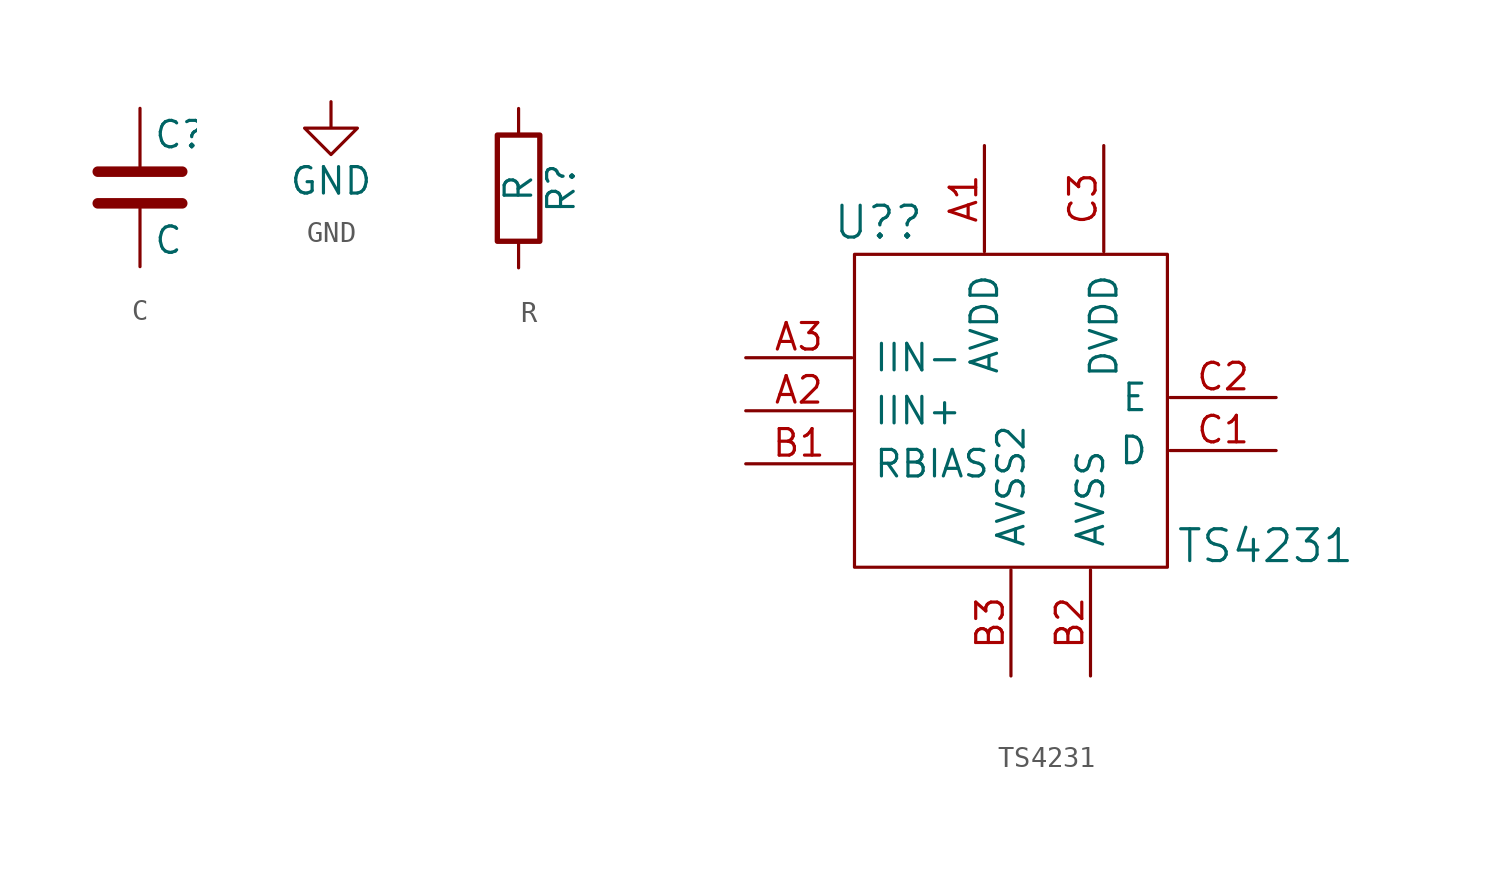
<source format=kicad_sym>
(kicad_symbol_lib
  (version 20211014)
  (generator kicad_symbol_editor)
  (symbol "C"
    (pin_numbers hide)
    (pin_names
      (offset 0.254))
    (property "Reference" "C"
      (at 0.635 2.54 0)
      (effects (font (size 1.27 1.27)) (justify left)))
    (property "Value" "C"
      (at 0.635 -2.54 0)
      (effects (font (size 1.27 1.27)) (justify left)))
    (property "Footprint" ""
      (at 0.965 -3.81 0)
      (effects (font (size 1.27 1.27))))
    (property "Datasheet" ""
      (at 0 0 0)
      (effects (font (size 1.27 1.27))))
    (symbol "C_0_1"
      (polyline (pts (xy -2.032 -0.762) (xy 2.032 -0.762)) (stroke (width 0.508) (type default) (color 0 0 0 0)) (fill (type none)))
      (polyline (pts (xy -2.032 0.762) (xy 2.032 0.762)) (stroke (width 0.508) (type default) (color 0 0 0 0)) (fill (type none))))
    (symbol "C_1_1"
      (pin passive line (at 0 3.81 270) (length 2.794) (name "~" (effects (font (size 1.016 1.016)))) (number "1" (effects (font (size 1.016 1.016)))))
      (pin passive line (at 0 -3.81 90) (length 2.794) (name "~" (effects (font (size 1.016 1.016)))) (number "2" (effects (font (size 1.016 1.016)))))))
  (symbol "GND"
    (power)
    (pin_names
      (offset 0))
    (property "Reference" "#PWR"
      (at 0 -6.35 0)
      (effects (font (size 1.27 1.27)) hide))
    (property "Value" "GND"
      (at 0 -3.81 0)
      (effects (font (size 1.27 1.27))))
    (property "Footprint" ""
      (at 0 0 0)
      (effects (font (size 1.27 1.27))))
    (property "Datasheet" ""
      (at 0 0 0)
      (effects (font (size 1.27 1.27))))
    (symbol "GND_0_1"
      (polyline (pts (xy 0 0) (xy 0 -1.27) (xy 1.27 -1.27) (xy 0 -2.54) (xy -1.27 -1.27) (xy 0 -1.27)) (stroke (width 0) (type default) (color 0 0 0 0)) (fill (type none))))
    (symbol "GND_1_1"
      (pin power_in line (at 0 0 270) (length 0) hide (name "GND" (effects (font (size 1.27 1.27)))) (number "1" (effects (font (size 1.27 1.27)))))))
  (symbol "R"
    (pin_numbers hide)
    (pin_names
      (offset 0))
    (property "Reference" "R"
      (at 2.032 0 90)
      (effects (font (size 1.27 1.27))))
    (property "Value" "R"
      (at 0 0 90)
      (effects (font (size 1.27 1.27))))
    (property "Footprint" ""
      (at -1.778 0 90)
      (effects (font (size 1.27 1.27))))
    (property "Datasheet" ""
      (at 0 0 0)
      (effects (font (size 1.27 1.27))))
    (symbol "R_0_1"
      (rectangle (start -1.016 -2.54) (end 1.016 2.54) (stroke (width 0.254) (type default) (color 0 0 0 0)) (fill (type none))))
    (symbol "R_1_1"
      (pin passive line (at 0 3.81 270) (length 1.27) (name "~" (effects (font (size 1.27 1.27)))) (number "1" (effects (font (size 1.27 1.27)))))
      (pin passive line (at 0 -3.81 90) (length 1.27) (name "~" (effects (font (size 1.27 1.27)))) (number "2" (effects (font (size 1.27 1.27)))))))
  (symbol "TS4231"
    (pin_names
      (offset 1.016))
    (property "Reference" "U?"
      (at -6.35 9.017 0)
      (effects (font (size 1.524 1.524))))
    (property "Value" "TS4231"
      (at 12.192 -6.477 0)
      (effects (font (size 1.524 1.524))))
    (property "Footprint" ""
      (at 0 0 0)
      (effects (font (size 1.524 1.524))))
    (property "Datasheet" ""
      (at 0 0 0)
      (effects (font (size 1.524 1.524))))
    (symbol "TS4231_0_1"
      (rectangle (start -7.493 7.493) (end 7.493 -7.493) (stroke (width 0) (type default) (color 0 0 0 0)) (fill (type none))))
    (symbol "TS4231_1_1"
      (pin power_out line (at -1.27 12.7 270) (length 5.08) (name "AVDD" (effects (font (size 1.27 1.27)))) (number "A1" (effects (font (size 1.27 1.27)))))
      (pin input line (at -12.7 0 0) (length 5.08) (name "IIN+" (effects (font (size 1.27 1.27)))) (number "A2" (effects (font (size 1.27 1.27)))))
      (pin input line (at -12.7 2.54 0) (length 5.08) (name "IIN-" (effects (font (size 1.27 1.27)))) (number "A3" (effects (font (size 1.27 1.27)))))
      (pin input line (at -12.7 -2.54 0) (length 5.08) (name "RBIAS" (effects (font (size 1.27 1.27)))) (number "B1" (effects (font (size 1.27 1.27)))))
      (pin power_in line (at 3.81 -12.7 90) (length 5.08) (name "AVSS" (effects (font (size 1.27 1.27)))) (number "B2" (effects (font (size 1.27 1.27)))))
      (pin power_in line (at 0 -12.7 90) (length 5.08) (name "AVSS2" (effects (font (size 1.27 1.27)))) (number "B3" (effects (font (size 1.27 1.27)))))
      (pin bidirectional line (at 12.7 -1.905 180) (length 5.08) (name "D" (effects (font (size 1.27 1.27)))) (number "C1" (effects (font (size 1.27 1.27)))))
      (pin bidirectional line (at 12.7 0.635 180) (length 5.08) (name "E" (effects (font (size 1.27 1.27)))) (number "C2" (effects (font (size 1.27 1.27)))))
      (pin power_in line (at 4.445 12.7 270) (length 5.08) (name "DVDD" (effects (font (size 1.27 1.27)))) (number "C3" (effects (font (size 1.27 1.27))))))))
</source>
